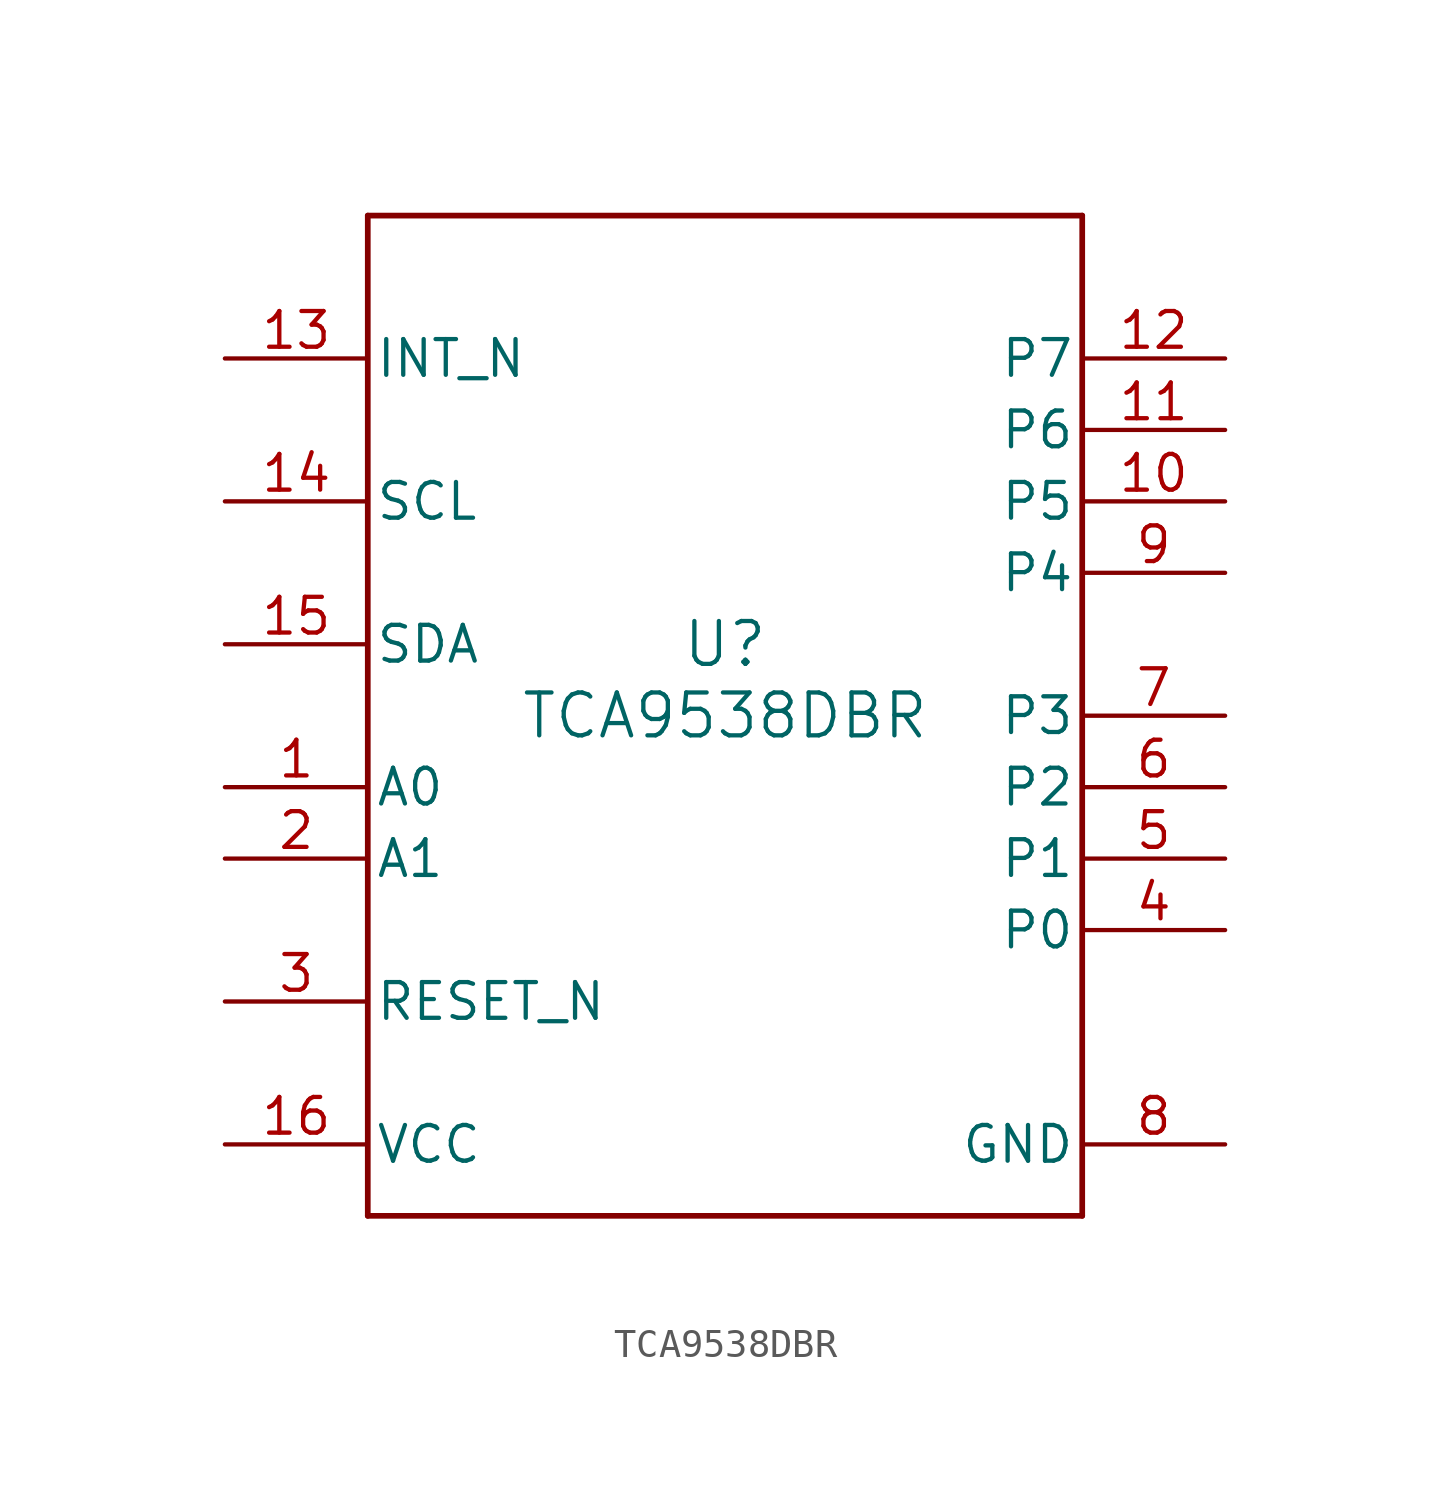
<source format=kicad_sym>
(kicad_symbol_lib
  (version 20211014)
  (generator kicad_symbol_editor)
  (symbol "TCA9538DBR"
    (pin_names
      (offset 0.254))
    (property "Reference" "U"
      (at 0 2.54 0)
      (effects (font (size 1.524 1.524))))
    (property "Value" "TCA9538DBR"
      (at 0 0 0)
      (effects (font (size 1.524 1.524))))
    (symbol "TCA9538DBR_0_1"
      (polyline (pts (xy -12.7 -17.78) (xy 12.7 -17.78)) (stroke (width 0.203) (type default) (color 0 0 0 0)) (fill (type none)))
      (polyline (pts (xy 12.7 -17.78) (xy 12.7 17.78)) (stroke (width 0.203) (type default) (color 0 0 0 0)) (fill (type none)))
      (polyline (pts (xy 12.7 17.78) (xy -12.7 17.78)) (stroke (width 0.203) (type default) (color 0 0 0 0)) (fill (type none)))
      (polyline (pts (xy -12.7 17.78) (xy -12.7 -17.78)) (stroke (width 0.203) (type default) (color 0 0 0 0)) (fill (type none)))
      (pin input line (at -17.78 -2.54 0) (length 5.08) (name "A0" (effects (font (size 1.27 1.27)))) (number "1" (effects (font (size 1.27 1.27)))))
      (pin input line (at -17.78 -5.08 0) (length 5.08) (name "A1" (effects (font (size 1.27 1.27)))) (number "2" (effects (font (size 1.27 1.27)))))
      (pin input line (at -17.78 -10.16 0) (length 5.08) (name "RESET_N" (effects (font (size 1.27 1.27)))) (number "3" (effects (font (size 1.27 1.27)))))
      (pin bidirectional line (at 17.78 -7.62 180) (length 5.08) (name "P0" (effects (font (size 1.27 1.27)))) (number "4" (effects (font (size 1.27 1.27)))))
      (pin bidirectional line (at 17.78 -5.08 180) (length 5.08) (name "P1" (effects (font (size 1.27 1.27)))) (number "5" (effects (font (size 1.27 1.27)))))
      (pin bidirectional line (at 17.78 -2.54 180) (length 5.08) (name "P2" (effects (font (size 1.27 1.27)))) (number "6" (effects (font (size 1.27 1.27)))))
      (pin bidirectional line (at 17.78 0 180) (length 5.08) (name "P3" (effects (font (size 1.27 1.27)))) (number "7" (effects (font (size 1.27 1.27)))))
      (pin power_in line (at 17.78 -15.24 180) (length 5.08) (name "GND" (effects (font (size 1.27 1.27)))) (number "8" (effects (font (size 1.27 1.27)))))
      (pin bidirectional line (at 17.78 5.08 180) (length 5.08) (name "P4" (effects (font (size 1.27 1.27)))) (number "9" (effects (font (size 1.27 1.27)))))
      (pin bidirectional line (at 17.78 7.62 180) (length 5.08) (name "P5" (effects (font (size 1.27 1.27)))) (number "10" (effects (font (size 1.27 1.27)))))
      (pin bidirectional line (at 17.78 10.16 180) (length 5.08) (name "P6" (effects (font (size 1.27 1.27)))) (number "11" (effects (font (size 1.27 1.27)))))
      (pin bidirectional line (at 17.78 12.7 180) (length 5.08) (name "P7" (effects (font (size 1.27 1.27)))) (number "12" (effects (font (size 1.27 1.27)))))
      (pin open_collector line (at -17.78 12.7 0) (length 5.08) (name "INT_N" (effects (font (size 1.27 1.27)))) (number "13" (effects (font (size 1.27 1.27)))))
      (pin input line (at -17.78 7.62 0) (length 5.08) (name "SCL" (effects (font (size 1.27 1.27)))) (number "14" (effects (font (size 1.27 1.27)))))
      (pin bidirectional line (at -17.78 2.54 0) (length 5.08) (name "SDA" (effects (font (size 1.27 1.27)))) (number "15" (effects (font (size 1.27 1.27)))))
      (pin power_in line (at -17.78 -15.24 0) (length 5.08) (name "VCC" (effects (font (size 1.27 1.27)))) (number "16" (effects (font (size 1.27 1.27))))))))
</source>
